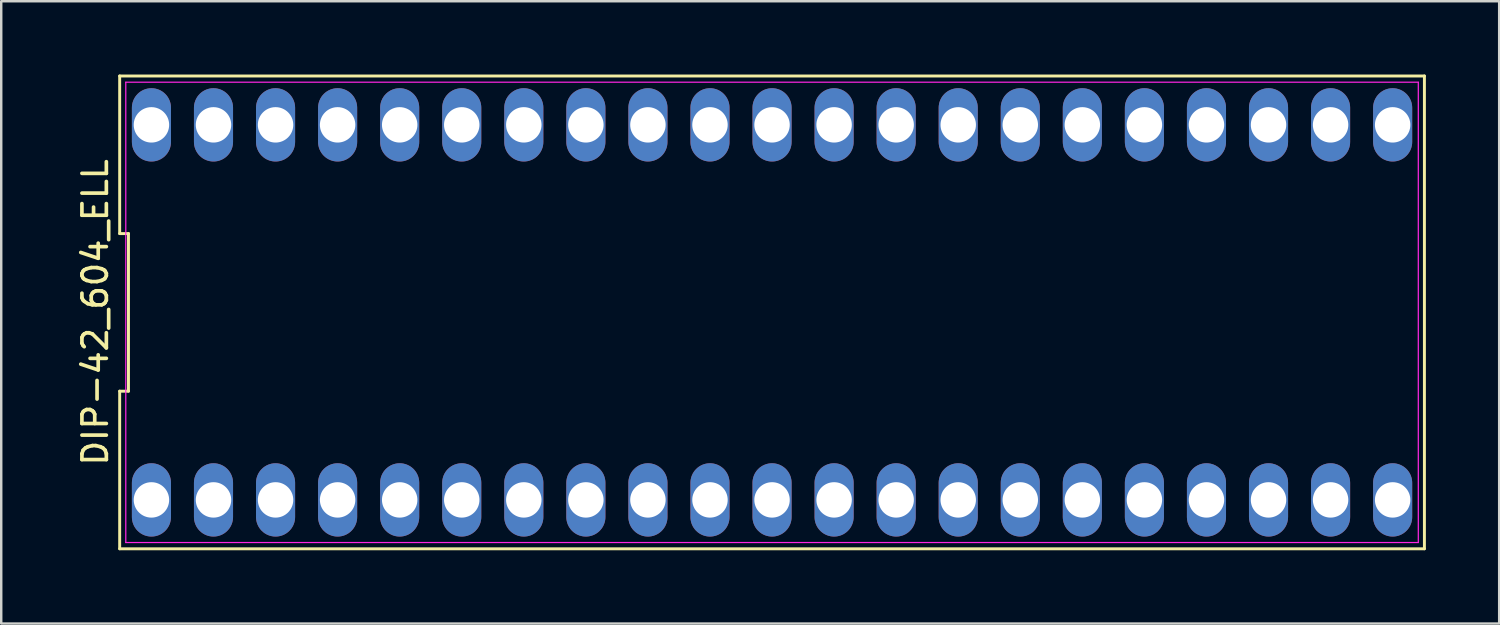
<source format=kicad_pcb>
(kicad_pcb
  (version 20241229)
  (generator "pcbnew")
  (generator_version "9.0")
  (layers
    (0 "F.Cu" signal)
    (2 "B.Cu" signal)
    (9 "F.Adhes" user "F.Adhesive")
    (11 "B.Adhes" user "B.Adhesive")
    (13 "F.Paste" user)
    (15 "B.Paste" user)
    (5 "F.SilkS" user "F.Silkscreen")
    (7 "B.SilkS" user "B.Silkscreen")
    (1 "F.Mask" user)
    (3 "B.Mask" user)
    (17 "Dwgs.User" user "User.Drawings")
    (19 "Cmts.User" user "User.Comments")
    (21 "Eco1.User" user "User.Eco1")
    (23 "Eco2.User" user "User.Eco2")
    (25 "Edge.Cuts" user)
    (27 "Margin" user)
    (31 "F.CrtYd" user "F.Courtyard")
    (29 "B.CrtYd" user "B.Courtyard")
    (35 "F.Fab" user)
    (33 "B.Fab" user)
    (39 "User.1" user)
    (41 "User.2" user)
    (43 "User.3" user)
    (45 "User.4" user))
  (footprint "DIP-42_604_ELL"
    (layer "F.Cu")
    (at 28.548 9.735)
    (property "Reference" "DIP-42_604_ELL" (at -27.7 0 90) (layer "F.SilkS") (effects (font (size 1 1) (thickness 0.15))))
    (fp_line (start -26.7 -9.675) (end -26.7 -3.225) (stroke (width 0.12) (type solid)) (layer "F.SilkS"))
    (fp_line (start -26.7 -3.225) (end -26.34 -3.225) (stroke (width 0.12) (type solid)) (layer "F.SilkS"))
    (fp_line (start -26.7 3.225) (end -26.7 9.675) (stroke (width 0.12) (type solid)) (layer "F.SilkS"))
    (fp_line (start -26.7 9.675) (end 26.7 9.675) (stroke (width 0.12) (type solid)) (layer "F.SilkS"))
    (fp_line (start -26.34 -3.225) (end -26.34 3.225) (stroke (width 0.12) (type solid)) (layer "F.SilkS"))
    (fp_line (start -26.34 3.225) (end -26.7 3.225) (stroke (width 0.12) (type solid)) (layer "F.SilkS"))
    (fp_line (start 26.7 -9.675) (end -26.7 -9.675) (stroke (width 0.12) (type solid)) (layer "F.SilkS"))
    (fp_line (start 26.7 9.675) (end 26.7 -9.675) (stroke (width 0.12) (type solid)) (layer "F.SilkS"))
    (fp_line (start -26.45 -9.42) (end 26.45 -9.42) (stroke (width 0.05) (type solid)) (layer "F.CrtYd"))
    (fp_line (start -26.45 9.42) (end -26.45 -9.42) (stroke (width 0.05) (type solid)) (layer "F.CrtYd"))
    (fp_line (start 26.45 -9.42) (end 26.45 9.42) (stroke (width 0.05) (type solid)) (layer "F.CrtYd"))
    (fp_line (start 26.45 9.42) (end -26.45 9.42) (stroke (width 0.05) (type solid)) (layer "F.CrtYd"))
    (pad "1" thru_hole oval (at -25.4 7.675) (size 1.6 3) (drill 1.45) (layers "*.Cu" "*.Mask"))
    (pad "2" thru_hole oval (at -22.86 7.675) (size 1.6 3) (drill 1.45) (layers "*.Cu" "*.Mask"))
    (pad "3" thru_hole oval (at -20.32 7.675) (size 1.6 3) (drill 1.45) (layers "*.Cu" "*.Mask"))
    (pad "4" thru_hole oval (at -17.78 7.675) (size 1.6 3) (drill 1.45) (layers "*.Cu" "*.Mask"))
    (pad "5" thru_hole oval (at -15.24 7.675) (size 1.6 3) (drill 1.45) (layers "*.Cu" "*.Mask"))
    (pad "6" thru_hole oval (at -12.7 7.675) (size 1.6 3) (drill 1.45) (layers "*.Cu" "*.Mask"))
    (pad "7" thru_hole oval (at -10.16 7.675) (size 1.6 3) (drill 1.45) (layers "*.Cu" "*.Mask"))
    (pad "8" thru_hole oval (at -7.62 7.675) (size 1.6 3) (drill 1.45) (layers "*.Cu" "*.Mask"))
    (pad "9" thru_hole oval (at -5.08 7.675) (size 1.6 3) (drill 1.45) (layers "*.Cu" "*.Mask"))
    (pad "10" thru_hole oval (at -2.54 7.675) (size 1.6 3) (drill 1.45) (layers "*.Cu" "*.Mask"))
    (pad "11" thru_hole oval (at 0 7.675) (size 1.6 3) (drill 1.45) (layers "*.Cu" "*.Mask"))
    (pad "12" thru_hole oval (at 2.54 7.675) (size 1.6 3) (drill 1.45) (layers "*.Cu" "*.Mask"))
    (pad "13" thru_hole oval (at 5.08 7.675) (size 1.6 3) (drill 1.45) (layers "*.Cu" "*.Mask"))
    (pad "14" thru_hole oval (at 7.62 7.675) (size 1.6 3) (drill 1.45) (layers "*.Cu" "*.Mask"))
    (pad "15" thru_hole oval (at 10.16 7.675) (size 1.6 3) (drill 1.45) (layers "*.Cu" "*.Mask"))
    (pad "16" thru_hole oval (at 12.7 7.675) (size 1.6 3) (drill 1.45) (layers "*.Cu" "*.Mask"))
    (pad "17" thru_hole oval (at 15.24 7.675) (size 1.6 3) (drill 1.45) (layers "*.Cu" "*.Mask"))
    (pad "18" thru_hole oval (at 17.78 7.675) (size 1.6 3) (drill 1.45) (layers "*.Cu" "*.Mask"))
    (pad "19" thru_hole oval (at 20.32 7.675) (size 1.6 3) (drill 1.45) (layers "*.Cu" "*.Mask"))
    (pad "20" thru_hole oval (at 22.86 7.675) (size 1.6 3) (drill 1.45) (layers "*.Cu" "*.Mask"))
    (pad "21" thru_hole oval (at 25.4 7.675) (size 1.6 3) (drill 1.45) (layers "*.Cu" "*.Mask"))
    (pad "22" thru_hole oval (at 25.4 -7.675) (size 1.6 3) (drill 1.45) (layers "*.Cu" "*.Mask"))
    (pad "23" thru_hole oval (at 22.86 -7.675) (size 1.6 3) (drill 1.45) (layers "*.Cu" "*.Mask"))
    (pad "24" thru_hole oval (at 20.32 -7.675) (size 1.6 3) (drill 1.45) (layers "*.Cu" "*.Mask"))
    (pad "25" thru_hole oval (at 17.78 -7.675) (size 1.6 3) (drill 1.45) (layers "*.Cu" "*.Mask"))
    (pad "26" thru_hole oval (at 15.24 -7.675) (size 1.6 3) (drill 1.45) (layers "*.Cu" "*.Mask"))
    (pad "27" thru_hole oval (at 12.7 -7.675) (size 1.6 3) (drill 1.45) (layers "*.Cu" "*.Mask"))
    (pad "28" thru_hole oval (at 10.16 -7.675) (size 1.6 3) (drill 1.45) (layers "*.Cu" "*.Mask"))
    (pad "29" thru_hole oval (at 7.62 -7.675) (size 1.6 3) (drill 1.45) (layers "*.Cu" "*.Mask"))
    (pad "30" thru_hole oval (at 5.08 -7.675) (size 1.6 3) (drill 1.45) (layers "*.Cu" "*.Mask"))
    (pad "31" thru_hole oval (at 2.54 -7.675) (size 1.6 3) (drill 1.45) (layers "*.Cu" "*.Mask"))
    (pad "32" thru_hole oval (at 0 -7.675) (size 1.6 3) (drill 1.45) (layers "*.Cu" "*.Mask"))
    (pad "33" thru_hole oval (at -2.54 -7.675) (size 1.6 3) (drill 1.45) (layers "*.Cu" "*.Mask"))
    (pad "34" thru_hole oval (at -5.08 -7.675) (size 1.6 3) (drill 1.45) (layers "*.Cu" "*.Mask"))
    (pad "35" thru_hole oval (at -7.62 -7.675) (size 1.6 3) (drill 1.45) (layers "*.Cu" "*.Mask"))
    (pad "36" thru_hole oval (at -10.16 -7.675) (size 1.6 3) (drill 1.45) (layers "*.Cu" "*.Mask"))
    (pad "37" thru_hole oval (at -12.7 -7.675) (size 1.6 3) (drill 1.45) (layers "*.Cu" "*.Mask"))
    (pad "38" thru_hole oval (at -15.24 -7.675) (size 1.6 3) (drill 1.45) (layers "*.Cu" "*.Mask"))
    (pad "39" thru_hole oval (at -17.78 -7.675) (size 1.6 3) (drill 1.45) (layers "*.Cu" "*.Mask"))
    (pad "40" thru_hole oval (at -20.32 -7.675) (size 1.6 3) (drill 1.45) (layers "*.Cu" "*.Mask"))
    (pad "41" thru_hole oval (at -22.86 -7.675) (size 1.6 3) (drill 1.45) (layers "*.Cu" "*.Mask"))
    (pad "42" thru_hole oval (at -25.4 -7.675) (size 1.6 3) (drill 1.45) (layers "*.Cu" "*.Mask")))
  (gr_rect
    (start -3 -3)
    (end 58.308 22.47)
    (stroke (width 0.1) (type default))
    (fill no)
    (layer "Edge.Cuts")))
</source>
